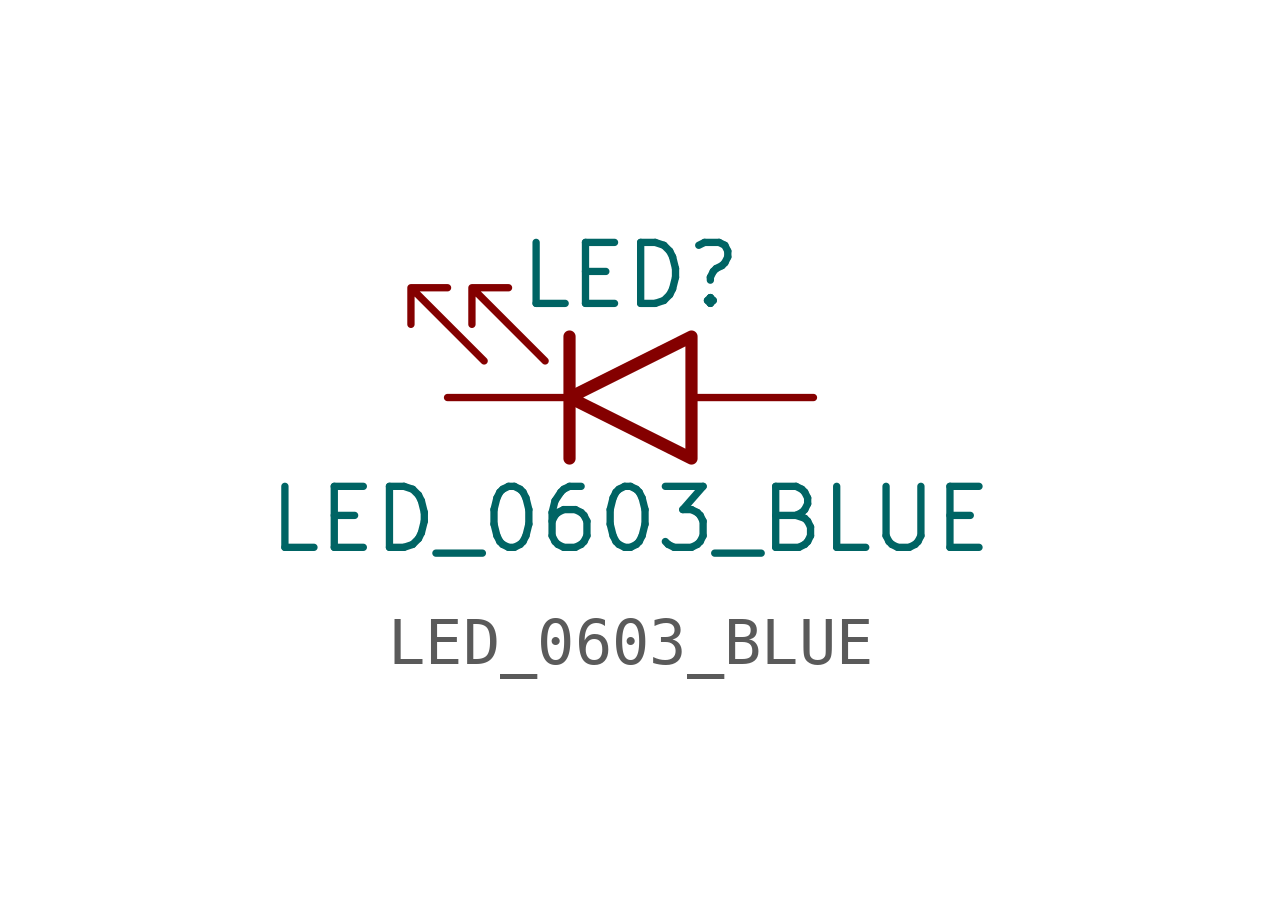
<source format=kicad_sym>
(kicad_symbol_lib
  (version 20211014)
  (generator kicad_symbol_editor)
  (symbol "LED_0603_BLUE"
    (pin_numbers hide)
    (pin_names
      (offset 1.016) hide)
    (property "Reference" "LED"
      (at 0 2.54 0)
      (effects (font (size 1.27 1.27))))
    (property "Value" "LED_0603_BLUE"
      (at 0 -2.54 0)
      (effects (font (size 1.27 1.27))))
    (symbol "LED_0603_BLUE_0_1"
      (polyline (pts (xy -1.27 -1.27) (xy -1.27 1.27)) (stroke (width 0.254) (type default) (color 0 0 0 0)) (fill (type none)))
      (polyline (pts (xy 1.27 -1.27) (xy 1.27 1.27) (xy -1.27 0) (xy 1.27 -1.27)) (stroke (width 0.254) (type default) (color 0 0 0 0)) (fill (type none)))
      (polyline (pts (xy -3.048 0.762) (xy -4.572 2.286) (xy -3.81 2.286) (xy -4.572 2.286) (xy -4.572 1.524)) (stroke (width 0) (type default) (color 0 0 0 0)) (fill (type none)))
      (polyline (pts (xy -1.778 0.762) (xy -3.302 2.286) (xy -2.54 2.286) (xy -3.302 2.286) (xy -3.302 1.524)) (stroke (width 0) (type default) (color 0 0 0 0)) (fill (type none))))
    (symbol "LED_0603_BLUE_1_1"
      (pin passive line (at -3.81 0 0) (length 2.54) (name "K" (effects (font (size 1.27 1.27)))) (number "1" (effects (font (size 1.27 1.27)))))
      (pin passive line (at 3.81 0 180) (length 2.54) (name "A" (effects (font (size 1.27 1.27)))) (number "2" (effects (font (size 1.27 1.27))))))))
</source>
